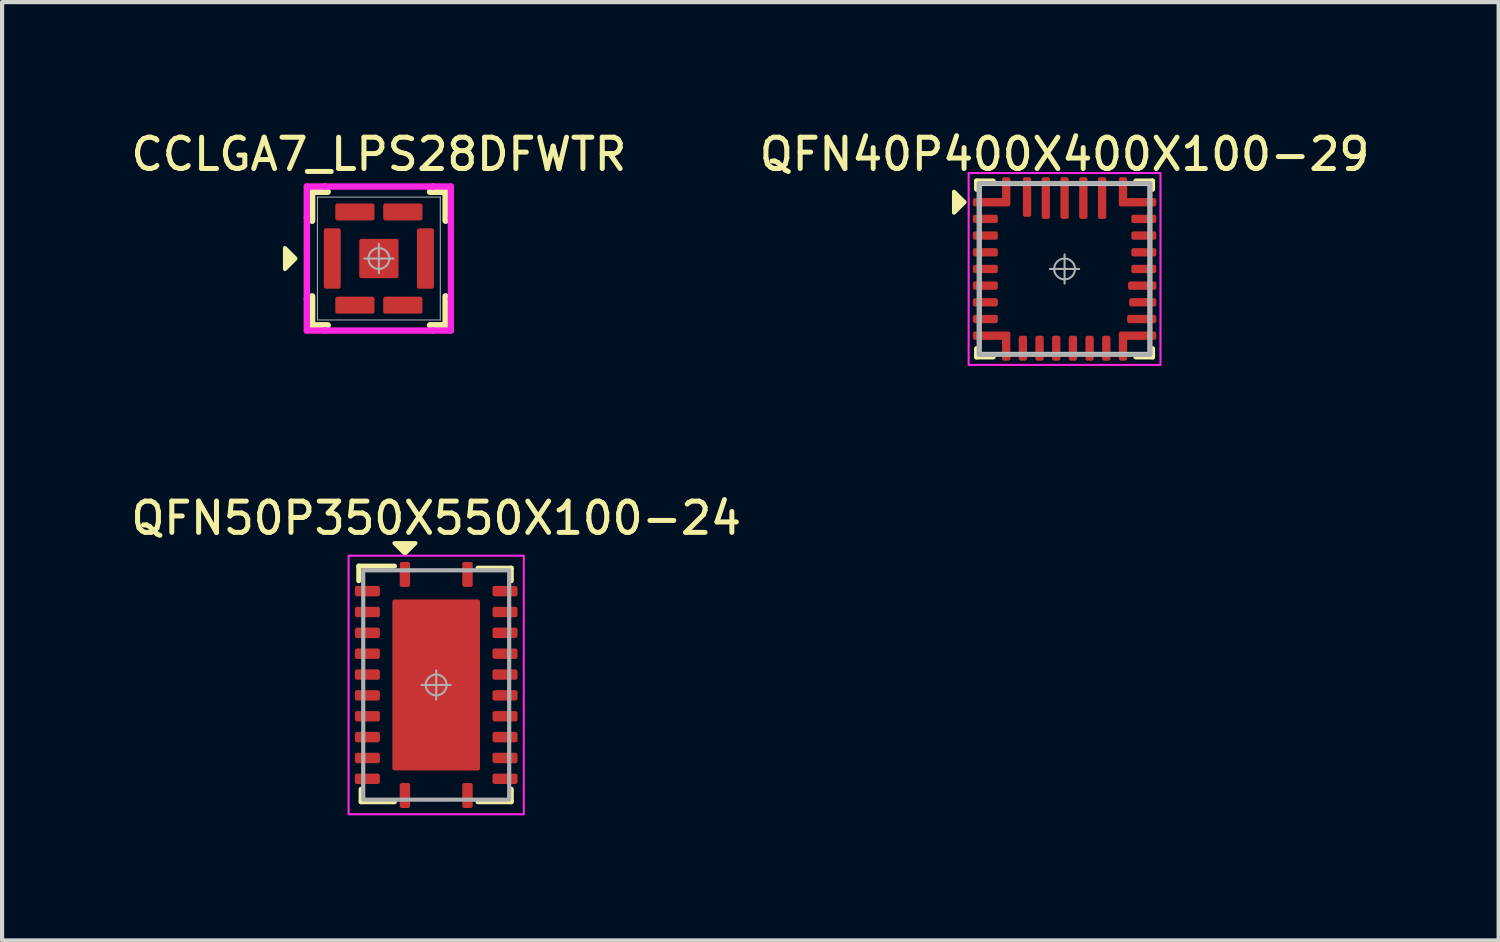
<source format=kicad_pcb>
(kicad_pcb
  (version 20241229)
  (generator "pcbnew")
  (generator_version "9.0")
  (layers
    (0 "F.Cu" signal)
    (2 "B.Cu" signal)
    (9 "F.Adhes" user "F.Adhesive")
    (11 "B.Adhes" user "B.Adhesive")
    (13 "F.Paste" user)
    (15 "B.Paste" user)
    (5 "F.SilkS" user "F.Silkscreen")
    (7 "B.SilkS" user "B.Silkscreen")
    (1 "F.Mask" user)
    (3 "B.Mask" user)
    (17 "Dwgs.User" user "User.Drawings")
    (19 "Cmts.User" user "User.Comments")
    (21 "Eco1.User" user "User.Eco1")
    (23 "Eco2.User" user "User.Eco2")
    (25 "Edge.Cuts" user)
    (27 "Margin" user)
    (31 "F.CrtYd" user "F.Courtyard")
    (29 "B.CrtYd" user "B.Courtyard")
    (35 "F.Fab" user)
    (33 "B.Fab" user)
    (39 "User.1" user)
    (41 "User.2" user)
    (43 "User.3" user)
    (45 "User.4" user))
  (footprint "QFN50P350X550X100-24"
    (layer "F.Cu")
    (at 7.409 13.374)
    (property "Reference" "QFN50P350X550X100-24" (at 0 -4 0) (unlocked yes) (layer "F.SilkS") (effects (font (size 0.75 0.75) (thickness 0.12))))
    (attr smd)
    (fp_line (start -1.857 -2.85) (end -1.857 -2.5) (stroke (width 0.12) (type default)) (layer "F.SilkS"))
    (fp_line (start -1.8 2.8) (end -1.8 2.5) (stroke (width 0.12) (type default)) (layer "F.SilkS"))
    (fp_line (start -1 -2.85) (end -1.857 -2.85) (stroke (width 0.12) (type default)) (layer "F.SilkS"))
    (fp_line (start -1 2.8) (end -1.8 2.8) (stroke (width 0.12) (type default)) (layer "F.SilkS"))
    (fp_line (start 1 -2.8) (end 1.8 -2.8) (stroke (width 0.12) (type solid)) (layer "F.SilkS"))
    (fp_line (start 1 2.8) (end 1.8 2.8) (stroke (width 0.12) (type solid)) (layer "F.SilkS"))
    (fp_line (start 1.8 -2.8) (end 1.8 -2.5) (stroke (width 0.12) (type solid)) (layer "F.SilkS"))
    (fp_line (start 1.8 2.8) (end 1.8 2.5) (stroke (width 0.12) (type solid)) (layer "F.SilkS"))
    (fp_poly (pts (xy -0.75 -3.15) (xy -1 -3.4) (xy -0.5 -3.4)) (stroke (width 0.1) (type solid)) (fill yes) (layer "F.SilkS"))
    (fp_rect (start -0.99 -1.89) (end -0.15 -0.83) (stroke (width 0.1) (type solid)) (fill yes) (layer "F.Paste"))
    (fp_rect (start -0.99 -0.53) (end -0.15 0.53) (stroke (width 0.1) (type solid)) (fill yes) (layer "F.Paste"))
    (fp_rect (start -0.99 0.83) (end -0.15 1.89) (stroke (width 0.1) (type solid)) (fill yes) (layer "F.Paste"))
    (fp_rect (start 0.15 -1.89) (end 0.99 -0.83) (stroke (width 0.1) (type solid)) (fill yes) (layer "F.Paste"))
    (fp_rect (start 0.15 -0.52) (end 0.99 0.54) (stroke (width 0.1) (type solid)) (fill yes) (layer "F.Paste"))
    (fp_rect (start 0.15 0.83) (end 0.99 1.89) (stroke (width 0.1) (type solid)) (fill yes) (layer "F.Paste"))
    (fp_rect (start -2.1 -3.1) (end 2.1 3.1) (stroke (width 0.05) (type default)) (fill no) (layer "F.CrtYd"))
    (fp_line (start 0 -0.35) (end 0 0.35) (stroke (width 0.05) (type solid)) (layer "F.Fab"))
    (fp_line (start 0.35 0) (end -0.35 0) (stroke (width 0.05) (type solid)) (layer "F.Fab"))
    (fp_rect (start -1.75 -2.75) (end 1.75 2.75) (stroke (width 0.1) (type solid)) (fill no) (layer "F.Fab"))
    (fp_circle (center 0 0) (end 0 0.25) (stroke (width 0.05) (type solid)) (fill no) (layer "F.Fab"))
    (pad "1" smd roundrect (at -0.75 -2.65 90) (size 0.6 0.25) (layers "F.Cu" "F.Mask" "F.Paste") (roundrect_rratio 0.2))
    (pad "2" smd roundrect (at -1.65 -2.25) (size 0.6 0.25) (layers "F.Cu" "F.Mask" "F.Paste") (roundrect_rratio 0.2))
    (pad "3" smd roundrect (at -1.65 -1.75) (size 0.6 0.25) (layers "F.Cu" "F.Mask" "F.Paste") (roundrect_rratio 0.2))
    (pad "4" smd roundrect (at -1.65 -1.25) (size 0.6 0.25) (layers "F.Cu" "F.Mask" "F.Paste") (roundrect_rratio 0.2))
    (pad "5" smd roundrect (at -1.65 -0.75) (size 0.6 0.25) (layers "F.Cu" "F.Mask" "F.Paste") (roundrect_rratio 0.2))
    (pad "6" smd roundrect (at -1.65 -0.25) (size 0.6 0.25) (layers "F.Cu" "F.Mask" "F.Paste") (roundrect_rratio 0.2))
    (pad "7" smd roundrect (at -1.65 0.25) (size 0.6 0.25) (layers "F.Cu" "F.Mask" "F.Paste") (roundrect_rratio 0.2))
    (pad "8" smd roundrect (at -1.65 0.75) (size 0.6 0.25) (layers "F.Cu" "F.Mask" "F.Paste") (roundrect_rratio 0.2))
    (pad "9" smd roundrect (at -1.65 1.25) (size 0.6 0.25) (layers "F.Cu" "F.Mask" "F.Paste") (roundrect_rratio 0.2))
    (pad "10" smd roundrect (at -1.65 1.75) (size 0.6 0.25) (layers "F.Cu" "F.Mask" "F.Paste") (roundrect_rratio 0.2))
    (pad "11" smd roundrect (at -1.65 2.25) (size 0.6 0.25) (layers "F.Cu" "F.Mask" "F.Paste") (roundrect_rratio 0.2))
    (pad "12" smd roundrect (at -0.75 2.65 90) (size 0.6 0.25) (layers "F.Cu" "F.Mask" "F.Paste") (roundrect_rratio 0.2))
    (pad "13" smd roundrect (at 0.75 2.65 90) (size 0.6 0.25) (layers "F.Cu" "F.Mask" "F.Paste") (roundrect_rratio 0.2))
    (pad "14" smd roundrect (at 1.65 2.25) (size 0.6 0.25) (layers "F.Cu" "F.Mask" "F.Paste") (roundrect_rratio 0.2))
    (pad "15" smd roundrect (at 1.65 1.75) (size 0.6 0.25) (layers "F.Cu" "F.Mask" "F.Paste") (roundrect_rratio 0.2))
    (pad "16" smd roundrect (at 1.65 1.25) (size 0.6 0.25) (layers "F.Cu" "F.Mask" "F.Paste") (roundrect_rratio 0.2))
    (pad "17" smd roundrect (at 1.65 0.75) (size 0.6 0.25) (layers "F.Cu" "F.Mask" "F.Paste") (roundrect_rratio 0.2))
    (pad "18" smd roundrect (at 1.65 0.25) (size 0.6 0.25) (layers "F.Cu" "F.Mask" "F.Paste") (roundrect_rratio 0.2))
    (pad "19" smd roundrect (at 1.65 -0.25) (size 0.6 0.25) (layers "F.Cu" "F.Mask" "F.Paste") (roundrect_rratio 0.2))
    (pad "20" smd roundrect (at 1.65 -0.75) (size 0.6 0.25) (layers "F.Cu" "F.Mask" "F.Paste") (roundrect_rratio 0.2))
    (pad "21" smd roundrect (at 1.65 -1.25) (size 0.6 0.25) (layers "F.Cu" "F.Mask" "F.Paste") (roundrect_rratio 0.2))
    (pad "22" smd roundrect (at 1.65 -1.75) (size 0.6 0.25) (layers "F.Cu" "F.Mask" "F.Paste") (roundrect_rratio 0.2))
    (pad "23" smd roundrect (at 1.65 -2.25) (size 0.6 0.25) (layers "F.Cu" "F.Mask" "F.Paste") (roundrect_rratio 0.2))
    (pad "24" smd roundrect (at 0.75 -2.65 90) (size 0.6 0.25) (layers "F.Cu" "F.Mask" "F.Paste") (roundrect_rratio 0.2))
    (pad "25" smd roundrect (at 0 0) (size 2.1 4.1) (layers "F.Cu" "F.Mask") (roundrect_rratio 0.024)))
  (footprint "CCLGA7_LPS28DFWTR"
    (layer "F.Cu")
    (at 6.034 3.149)
    (property "Reference" "CCLGA7_LPS28DFWTR" (at 0 -2.5 0) (unlocked yes) (layer "F.SilkS") (effects (font (size 0.75 0.75) (thickness 0.12))))
    (attr smd)
    (fp_line (start -1.6 -1.6) (end -1.6 -0.905) (stroke (width 0.152) (type solid)) (layer "F.SilkS"))
    (fp_line (start -1.6 0.905) (end -1.6 1.6) (stroke (width 0.152) (type solid)) (layer "F.SilkS"))
    (fp_line (start -1.6 1.6) (end -1.226 1.6) (stroke (width 0.152) (type solid)) (layer "F.SilkS"))
    (fp_line (start -1.226 -1.6) (end -1.6 -1.6) (stroke (width 0.152) (type solid)) (layer "F.SilkS"))
    (fp_line (start 1.226 1.6) (end 1.6 1.6) (stroke (width 0.152) (type solid)) (layer "F.SilkS"))
    (fp_line (start 1.6 -1.6) (end 1.226 -1.6) (stroke (width 0.152) (type solid)) (layer "F.SilkS"))
    (fp_line (start 1.6 -0.905) (end 1.6 -1.6) (stroke (width 0.152) (type solid)) (layer "F.SilkS"))
    (fp_line (start 1.6 1.6) (end 1.6 0.905) (stroke (width 0.152) (type solid)) (layer "F.SilkS"))
    (fp_poly (pts (xy -2 0) (xy -2.25 0.25) (xy -2.25 -0.25)) (stroke (width 0.1) (type solid)) (fill yes) (layer "F.SilkS"))
    (fp_line (start -1.727 -1.727) (end -1.299 -1.727) (stroke (width 0.152) (type solid)) (layer "F.CrtYd"))
    (fp_line (start -1.727 -0.978) (end -1.727 -1.727) (stroke (width 0.152) (type solid)) (layer "F.CrtYd"))
    (fp_line (start -1.727 -0.978) (end -1.727 -0.978) (stroke (width 0.152) (type solid)) (layer "F.CrtYd"))
    (fp_line (start -1.727 0.978) (end -1.727 -0.978) (stroke (width 0.152) (type solid)) (layer "F.CrtYd"))
    (fp_line (start -1.727 0.978) (end -1.727 0.978) (stroke (width 0.152) (type solid)) (layer "F.CrtYd"))
    (fp_line (start -1.727 1.727) (end -1.727 0.978) (stroke (width 0.152) (type solid)) (layer "F.CrtYd"))
    (fp_line (start -1.727 1.727) (end -1.299 1.727) (stroke (width 0.152) (type solid)) (layer "F.CrtYd"))
    (fp_line (start -1.299 -1.727) (end -1.299 -1.727) (stroke (width 0.152) (type solid)) (layer "F.CrtYd"))
    (fp_line (start -1.299 -1.727) (end 1.299 -1.727) (stroke (width 0.152) (type solid)) (layer "F.CrtYd"))
    (fp_line (start -1.299 1.727) (end -1.299 1.727) (stroke (width 0.152) (type solid)) (layer "F.CrtYd"))
    (fp_line (start -1.299 1.727) (end 1.299 1.727) (stroke (width 0.152) (type solid)) (layer "F.CrtYd"))
    (fp_line (start 1.299 -1.727) (end 1.299 -1.727) (stroke (width 0.152) (type solid)) (layer "F.CrtYd"))
    (fp_line (start 1.299 -1.727) (end 1.727 -1.727) (stroke (width 0.152) (type solid)) (layer "F.CrtYd"))
    (fp_line (start 1.299 1.727) (end 1.299 1.727) (stroke (width 0.152) (type solid)) (layer "F.CrtYd"))
    (fp_line (start 1.299 1.727) (end 1.727 1.727) (stroke (width 0.152) (type solid)) (layer "F.CrtYd"))
    (fp_line (start 1.727 -0.978) (end 1.727 -1.727) (stroke (width 0.152) (type solid)) (layer "F.CrtYd"))
    (fp_line (start 1.727 -0.978) (end 1.727 -0.978) (stroke (width 0.152) (type solid)) (layer "F.CrtYd"))
    (fp_line (start 1.727 0.978) (end 1.727 -0.978) (stroke (width 0.152) (type solid)) (layer "F.CrtYd"))
    (fp_line (start 1.727 0.978) (end 1.727 0.978) (stroke (width 0.152) (type solid)) (layer "F.CrtYd"))
    (fp_line (start 1.727 1.727) (end 1.727 0.978) (stroke (width 0.152) (type solid)) (layer "F.CrtYd"))
    (fp_line (start -1.473 -1.473) (end -1.473 1.473) (stroke (width 0.025) (type solid)) (layer "F.Fab"))
    (fp_line (start -1.473 1.473) (end 1.473 1.473) (stroke (width 0.025) (type solid)) (layer "F.Fab"))
    (fp_line (start 0 -0.35) (end 0 0.35) (stroke (width 0.05) (type solid)) (layer "F.Fab"))
    (fp_line (start 0.35 0) (end -0.35 0) (stroke (width 0.05) (type solid)) (layer "F.Fab"))
    (fp_line (start 1.473 -1.473) (end -1.473 -1.473) (stroke (width 0.025) (type solid)) (layer "F.Fab"))
    (fp_line (start 1.473 1.473) (end 1.473 -1.473) (stroke (width 0.025) (type solid)) (layer "F.Fab"))
    (fp_circle (center 0 0) (end 0 0.25) (stroke (width 0.05) (type solid)) (fill no) (layer "F.Fab"))
    (pad "1" smd roundrect (at -1.118 0 90) (size 1.448 0.406) (layers "F.Cu" "F.Mask" "F.Paste") (roundrect_rratio 0.123))
    (pad "2" smd roundrect (at -0.575 1.118) (size 0.94 0.406) (layers "F.Cu" "F.Mask" "F.Paste") (roundrect_rratio 0.123))
    (pad "3" smd roundrect (at 0.575 1.118) (size 0.94 0.406) (layers "F.Cu" "F.Mask" "F.Paste") (roundrect_rratio 0.123))
    (pad "4" smd roundrect (at 1.118 0 90) (size 1.448 0.406) (layers "F.Cu" "F.Mask" "F.Paste") (roundrect_rratio 0.123))
    (pad "5" smd roundrect (at 0.575 -1.118) (size 0.94 0.406) (layers "F.Cu" "F.Mask" "F.Paste") (roundrect_rratio 0.123))
    (pad "6" smd roundrect (at -0.575 -1.118) (size 0.94 0.406) (layers "F.Cu" "F.Mask" "F.Paste") (roundrect_rratio 0.123))
    (pad "7" smd roundrect (at 0 0) (size 0.94 0.94) (layers "F.Cu" "F.Mask" "F.Paste") (roundrect_rratio 0.053)))
  (footprint "QFN40P400X400X100-29"
    (layer "F.Cu")
    (at 22.476 3.399)
    (property "Reference" "QFN40P400X400X100-29" (at 0 -2.75 0) (unlocked yes) (layer "F.SilkS") (effects (font (size 0.75 0.75) (thickness 0.12))))
    (attr smd)
    (fp_line (start -2.11 -2.11) (end -2.11 -1.91) (stroke (width 0.12) (type solid)) (layer "F.SilkS"))
    (fp_line (start -2.11 -2.11) (end -1.71 -2.11) (stroke (width 0.12) (type solid)) (layer "F.SilkS"))
    (fp_line (start -2.11 2.11) (end -2.11 1.91) (stroke (width 0.12) (type solid)) (layer "F.SilkS"))
    (fp_line (start -2.11 2.11) (end -1.71 2.11) (stroke (width 0.12) (type solid)) (layer "F.SilkS"))
    (fp_line (start 2.11 -2.11) (end 1.71 -2.11) (stroke (width 0.12) (type solid)) (layer "F.SilkS"))
    (fp_line (start 2.11 -2.11) (end 2.11 -1.91) (stroke (width 0.12) (type solid)) (layer "F.SilkS"))
    (fp_line (start 2.11 2.11) (end 1.71 2.11) (stroke (width 0.12) (type solid)) (layer "F.SilkS"))
    (fp_line (start 2.11 2.11) (end 2.11 1.91) (stroke (width 0.12) (type solid)) (layer "F.SilkS"))
    (fp_poly (pts (xy -2.4 -1.6) (xy -2.65 -1.35) (xy -2.65 -1.85)) (stroke (width 0.1) (type solid)) (fill yes) (layer "F.SilkS"))
    (fp_rect (start -2 -2) (end 2 2) (stroke (width 0.025) (type default)) (fill no) (layer "Dwgs.User"))
    (fp_rect (start -2.3 -2.3) (end 2.3 2.3) (stroke (width 0.05) (type default)) (fill no) (layer "F.CrtYd"))
    (fp_line (start -0.35 0) (end 0.35 0) (stroke (width 0.05) (type solid)) (layer "F.Fab"))
    (fp_line (start 0 -0.35) (end 0 0.35) (stroke (width 0.05) (type solid)) (layer "F.Fab"))
    (fp_rect (start -2.05 -2.05) (end 2.05 2.05) (stroke (width 0.12) (type default)) (fill no) (layer "F.Fab"))
    (fp_circle (center 0 0) (end 0.25 0) (stroke (width 0.05) (type solid)) (fill no) (layer "F.Fab"))
    (pad "1" smd custom (at -1.75 -1.6) (size 0.2 0.2) (layers "F.Cu" "F.Mask" "F.Paste") (options (anchor circle)) (primitives (gr_poly (pts (xy -0.45 0.05) (xy -0.446 0.069) (xy -0.435 0.085) (xy -0.419 0.096) (xy -0.4 0.1) (xy 0.4 0.1) (xy 0.419 0.096) (xy 0.435 0.085) (xy 0.446 0.069) (xy 0.45 0.05) (xy 0.45 -0.05) (xy 0.446 -0.069) (xy 0.435 -0.085) (xy 0.419 -0.096) (xy 0.4 -0.1) (xy -0.4 -0.1) (xy -0.419 -0.096) (xy -0.435 -0.085) (xy -0.446 -0.069) (xy -0.45 -0.05)) (width 0) (fill yes)) (gr_poly (pts (xy 0.3 -0.6) (xy 0.281 -0.596) (xy 0.265 -0.585) (xy 0.254 -0.569) (xy 0.25 -0.55) (xy 0.25 -0.05) (xy 0.254 -0.031) (xy 0.265 -0.015) (xy 0.281 -0.004) (xy 0.3 0) (xy 0.4 0) (xy 0.419 -0.004) (xy 0.435 -0.015) (xy 0.446 -0.031) (xy 0.45 -0.05) (xy 0.45 -0.55) (xy 0.446 -0.569) (xy 0.435 -0.585) (xy 0.419 -0.596) (xy 0.4 -0.6)) (width 0) (fill yes))))
    (pad "2" smd roundrect (at -1.9 -1.2) (size 0.6 0.2) (layers "F.Cu" "F.Mask" "F.Paste") (roundrect_rratio 0.25))
    (pad "3" smd roundrect (at -1.9 -0.8) (size 0.6 0.2) (layers "F.Cu" "F.Mask" "F.Paste") (roundrect_rratio 0.25))
    (pad "4" smd roundrect (at -1.9 -0.4) (size 0.6 0.2) (layers "F.Cu" "F.Mask" "F.Paste") (roundrect_rratio 0.25))
    (pad "5" smd roundrect (at -1.9 0) (size 0.6 0.2) (layers "F.Cu" "F.Mask" "F.Paste") (roundrect_rratio 0.25))
    (pad "6" smd roundrect (at -1.9 0.4) (size 0.6 0.2) (layers "F.Cu" "F.Mask" "F.Paste") (roundrect_rratio 0.25))
    (pad "7" smd roundrect (at -1.9 0.8) (size 0.6 0.2) (layers "F.Cu" "F.Mask" "F.Paste") (roundrect_rratio 0.25))
    (pad "8" smd roundrect (at -1.9 1.2) (size 0.6 0.2) (layers "F.Cu" "F.Mask" "F.Paste") (roundrect_rratio 0.25))
    (pad "9" smd custom (at -1.75 1.6) (size 0.2 0.2) (layers "F.Cu" "F.Mask" "F.Paste") (options (anchor circle)) (primitives (gr_poly (pts (xy -0.45 -0.05) (xy -0.446 -0.069) (xy -0.435 -0.085) (xy -0.419 -0.096) (xy -0.4 -0.1) (xy 0.4 -0.1) (xy 0.419 -0.096) (xy 0.435 -0.085) (xy 0.446 -0.069) (xy 0.45 -0.05) (xy 0.45 0.05) (xy 0.446 0.069) (xy 0.435 0.085) (xy 0.419 0.096) (xy 0.4 0.1) (xy -0.4 0.1) (xy -0.419 0.096) (xy -0.435 0.085) (xy -0.446 0.069) (xy -0.45 0.05)) (width 0) (fill yes)) (gr_poly (pts (xy 0.3 0.6) (xy 0.281 0.596) (xy 0.265 0.585) (xy 0.254 0.569) (xy 0.25 0.55) (xy 0.25 0.05) (xy 0.254 0.031) (xy 0.265 0.015) (xy 0.281 0.004) (xy 0.3 0) (xy 0.4 0) (xy 0.419 0.004) (xy 0.435 0.015) (xy 0.446 0.031) (xy 0.45 0.05) (xy 0.45 0.55) (xy 0.446 0.569) (xy 0.435 0.585) (xy 0.419 0.596) (xy 0.4 0.6)) (width 0) (fill yes))))
    (pad "10" smd roundrect (at -1 1.9 90) (size 0.6 0.2) (layers "F.Cu" "F.Mask" "F.Paste") (roundrect_rratio 0.25))
    (pad "11" smd roundrect (at -0.6 1.9 90) (size 0.6 0.2) (layers "F.Cu" "F.Mask" "F.Paste") (roundrect_rratio 0.25))
    (pad "12" smd roundrect (at -0.2 1.9 90) (size 0.6 0.2) (layers "F.Cu" "F.Mask" "F.Paste") (roundrect_rratio 0.25))
    (pad "13" smd roundrect (at 0.2 1.9 90) (size 0.6 0.2) (layers "F.Cu" "F.Mask" "F.Paste") (roundrect_rratio 0.25))
    (pad "14" smd roundrect (at 0.6 1.9 90) (size 0.6 0.2) (layers "F.Cu" "F.Mask" "F.Paste") (roundrect_rratio 0.25))
    (pad "15" smd roundrect (at 1 1.9 90) (size 0.6 0.2) (layers "F.Cu" "F.Mask" "F.Paste") (roundrect_rratio 0.25))
    (pad "16" smd custom (at 1.75 1.6) (size 0.2 0.2) (layers "F.Cu" "F.Mask" "F.Paste") (options (anchor circle)) (primitives (gr_poly (pts (xy 0.45 -0.05) (xy 0.446 -0.069) (xy 0.435 -0.085) (xy 0.419 -0.096) (xy 0.4 -0.1) (xy -0.4 -0.1) (xy -0.419 -0.096) (xy -0.435 -0.085) (xy -0.446 -0.069) (xy -0.45 -0.05) (xy -0.45 0.05) (xy -0.446 0.069) (xy -0.435 0.085) (xy -0.419 0.096) (xy -0.4 0.1) (xy 0.4 0.1) (xy 0.419 0.096) (xy 0.435 0.085) (xy 0.446 0.069) (xy 0.45 0.05)) (width 0) (fill yes)) (gr_poly (pts (xy -0.3 0.6) (xy -0.281 0.596) (xy -0.265 0.585) (xy -0.254 0.569) (xy -0.25 0.55) (xy -0.25 0.05) (xy -0.254 0.031) (xy -0.265 0.015) (xy -0.281 0.004) (xy -0.3 0) (xy -0.4 0) (xy -0.419 0.004) (xy -0.435 0.015) (xy -0.446 0.031) (xy -0.45 0.05) (xy -0.45 0.55) (xy -0.446 0.569) (xy -0.435 0.585) (xy -0.419 0.596) (xy -0.4 0.6)) (width 0) (fill yes))))
    (pad "17" smd roundrect (at 1.85 1.2 180) (size 0.7 0.2) (layers "F.Cu" "F.Mask" "F.Paste") (roundrect_rratio 0.25))
    (pad "18" smd roundrect (at 1.875 0.8 180) (size 0.65 0.2) (layers "F.Cu" "F.Mask" "F.Paste") (roundrect_rratio 0.25))
    (pad "19" smd roundrect (at 1.863 0.4 180) (size 0.68 0.2) (layers "F.Cu" "F.Mask" "F.Paste") (roundrect_rratio 0.25))
    (pad "20" smd roundrect (at 1.9 0 180) (size 0.6 0.2) (layers "F.Cu" "F.Mask" "F.Paste") (roundrect_rratio 0.25))
    (pad "21" smd roundrect (at 1.9 -0.4 180) (size 0.6 0.2) (layers "F.Cu" "F.Mask" "F.Paste") (roundrect_rratio 0.25))
    (pad "22" smd roundrect (at 1.9 -0.8 180) (size 0.6 0.2) (layers "F.Cu" "F.Mask" "F.Paste") (roundrect_rratio 0.25))
    (pad "23" smd roundrect (at 1.9 -1.2 180) (size 0.6 0.2) (layers "F.Cu" "F.Mask" "F.Paste") (roundrect_rratio 0.25))
    (pad "24" smd custom (at 1.75 -1.6) (size 0.2 0.2) (layers "F.Cu" "F.Mask" "F.Paste") (options (anchor circle)) (primitives (gr_poly (pts (xy 0.45 0.05) (xy 0.446 0.069) (xy 0.435 0.085) (xy 0.419 0.096) (xy 0.4 0.1) (xy -0.4 0.1) (xy -0.419 0.096) (xy -0.435 0.085) (xy -0.446 0.069) (xy -0.45 0.05) (xy -0.45 -0.05) (xy -0.446 -0.069) (xy -0.435 -0.085) (xy -0.419 -0.096) (xy -0.4 -0.1) (xy 0.4 -0.1) (xy 0.419 -0.096) (xy 0.435 -0.085) (xy 0.446 -0.069) (xy 0.45 -0.05)) (width 0) (fill yes)) (gr_poly (pts (xy -0.3 -0.6) (xy -0.281 -0.596) (xy -0.265 -0.585) (xy -0.254 -0.569) (xy -0.25 -0.55) (xy -0.25 -0.05) (xy -0.254 -0.031) (xy -0.265 -0.015) (xy -0.281 -0.004) (xy -0.3 0) (xy -0.4 0) (xy -0.419 -0.004) (xy -0.435 -0.015) (xy -0.446 -0.031) (xy -0.45 -0.05) (xy -0.45 -0.55) (xy -0.446 -0.569) (xy -0.435 -0.585) (xy -0.419 -0.596) (xy -0.4 -0.6)) (width 0) (fill yes))))
    (pad "25" smd roundrect (at 0.9 -1.7 270) (size 1 0.2) (layers "F.Cu" "F.Mask" "F.Paste") (roundrect_rratio 0.25))
    (pad "26" smd roundrect (at 0.45 -1.7 270) (size 1 0.2) (layers "F.Cu" "F.Mask" "F.Paste") (roundrect_rratio 0.25))
    (pad "27" smd roundrect (at 0 -1.7 270) (size 1 0.2) (layers "F.Cu" "F.Mask" "F.Paste") (roundrect_rratio 0.25))
    (pad "28" smd roundrect (at -0.45 -1.7 270) (size 1 0.2) (layers "F.Cu" "F.Mask" "F.Paste") (roundrect_rratio 0.25))
    (pad "29" smd roundrect (at -0.9 -1.725 270) (size 0.95 0.2) (layers "F.Cu" "F.Mask" "F.Paste") (roundrect_rratio 0.25)))
  (gr_rect
    (start -3 -3)
    (end 32.884 19.499)
    (stroke (width 0.1) (type default))
    (fill no)
    (layer "Edge.Cuts")))
</source>
